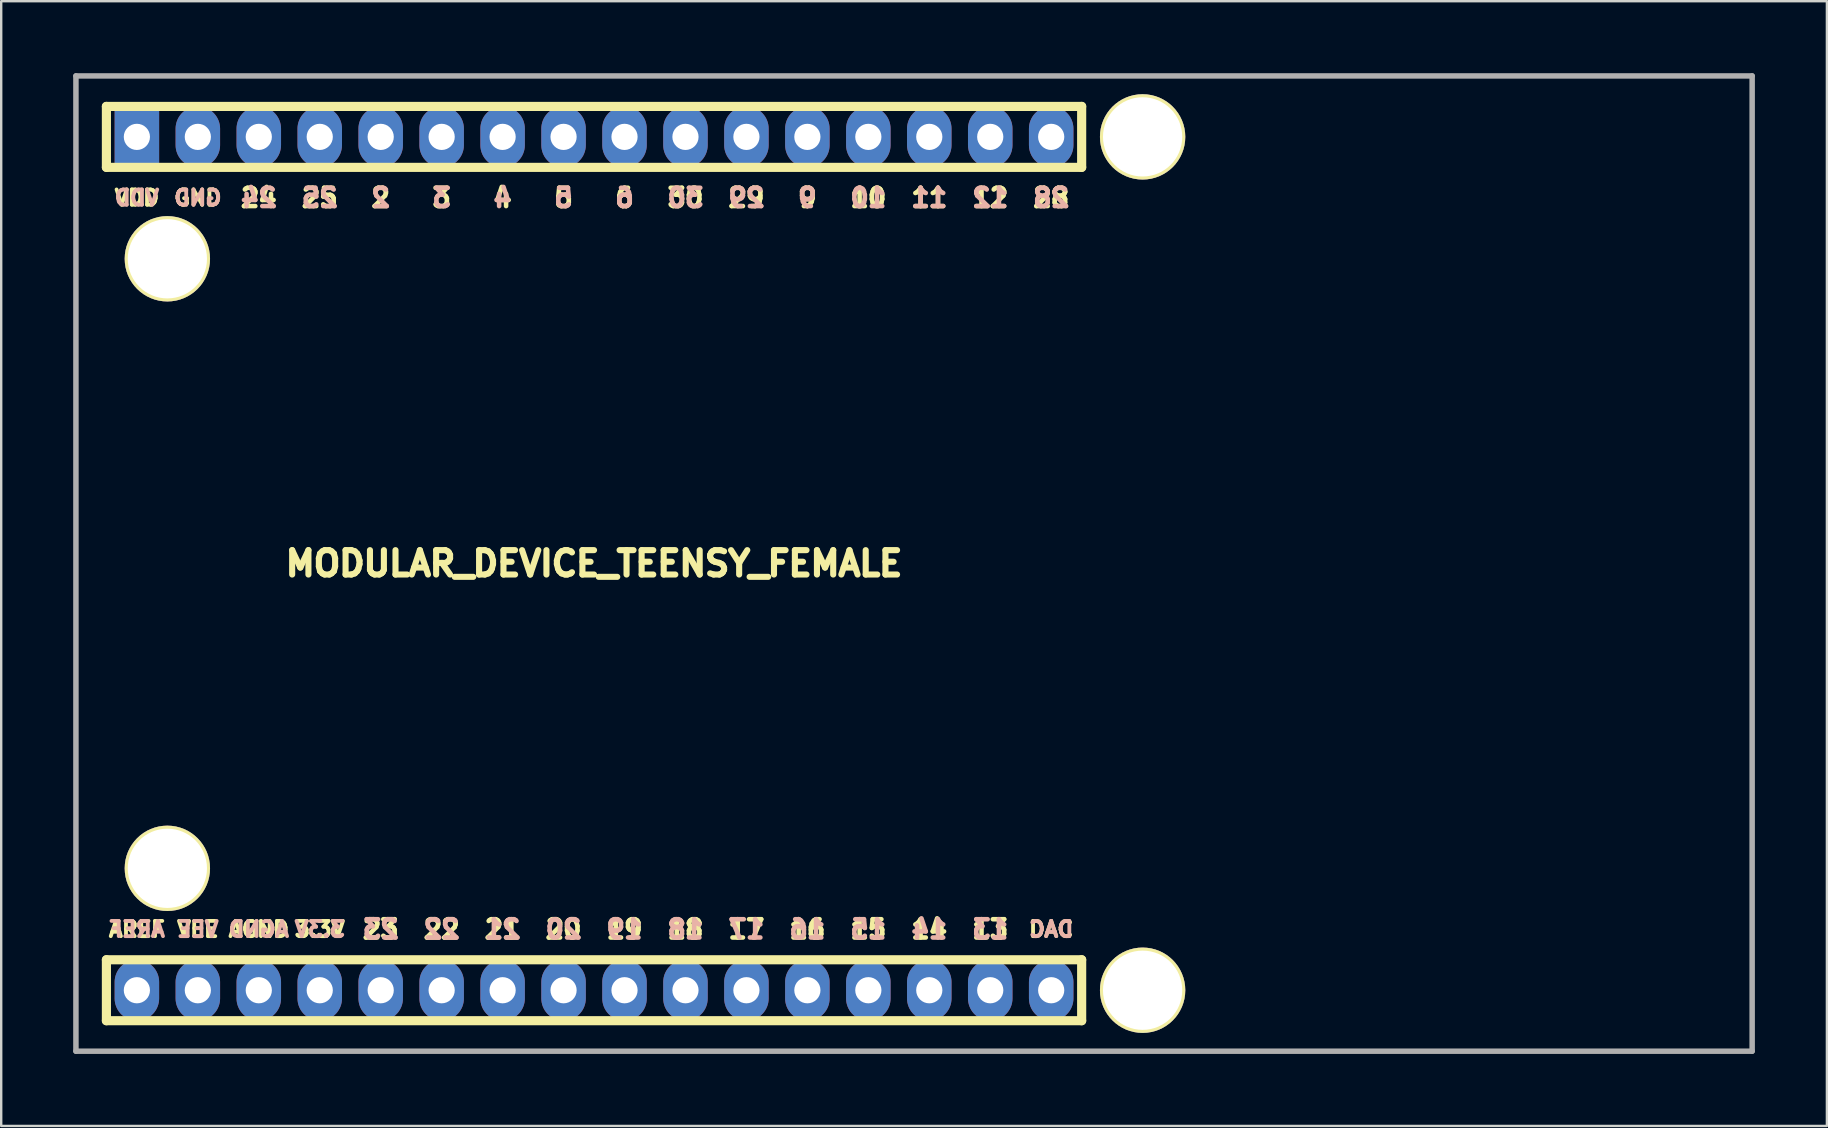
<source format=kicad_pcb>
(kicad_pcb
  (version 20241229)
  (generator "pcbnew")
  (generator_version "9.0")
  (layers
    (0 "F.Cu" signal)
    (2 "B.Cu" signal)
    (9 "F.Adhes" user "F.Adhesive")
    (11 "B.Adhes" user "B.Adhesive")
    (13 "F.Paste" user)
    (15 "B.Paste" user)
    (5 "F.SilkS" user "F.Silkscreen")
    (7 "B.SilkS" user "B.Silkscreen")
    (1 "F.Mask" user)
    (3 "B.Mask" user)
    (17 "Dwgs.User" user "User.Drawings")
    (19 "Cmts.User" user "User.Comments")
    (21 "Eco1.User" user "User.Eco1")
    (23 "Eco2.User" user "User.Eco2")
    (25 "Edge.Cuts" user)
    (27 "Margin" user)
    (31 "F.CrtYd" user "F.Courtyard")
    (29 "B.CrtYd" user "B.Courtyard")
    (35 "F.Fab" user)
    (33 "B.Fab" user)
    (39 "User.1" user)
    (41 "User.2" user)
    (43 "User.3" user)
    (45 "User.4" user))
  (footprint "MODULAR_DEVICE_TEENSY_FEMALE"
    (layer "F.Cu")
    (at 21.704 20.434)
    (property "Reference" "MODULAR_DEVICE_TEENSY_FEMALE" (at 0 0 0) (layer "F.SilkS") (effects (font (size 1.016 1.016) (thickness 0.254))))
    (attr through_hole)
    (fp_line (start -20.32 -19.05) (end -20.32 -16.51) (stroke (width 0.381) (type solid)) (layer "F.SilkS"))
    (fp_line (start -20.32 -16.51) (end 20.32 -16.51) (stroke (width 0.381) (type solid)) (layer "F.SilkS"))
    (fp_line (start -20.32 16.51) (end -20.32 19.05) (stroke (width 0.381) (type solid)) (layer "F.SilkS"))
    (fp_line (start -20.32 19.05) (end 20.32 19.05) (stroke (width 0.381) (type solid)) (layer "F.SilkS"))
    (fp_line (start 20.32 -19.05) (end -20.32 -19.05) (stroke (width 0.381) (type solid)) (layer "F.SilkS"))
    (fp_line (start 20.32 -16.51) (end 20.32 -19.05) (stroke (width 0.381) (type solid)) (layer "F.SilkS"))
    (fp_line (start 20.32 16.51) (end -20.32 16.51) (stroke (width 0.381) (type solid)) (layer "F.SilkS"))
    (fp_line (start 20.32 19.05) (end 20.32 16.51) (stroke (width 0.381) (type solid)) (layer "F.SilkS"))
    (fp_line (start -21.59 -20.32) (end -21.59 20.32) (stroke (width 0.229) (type solid)) (layer "F.Fab"))
    (fp_line (start -21.59 20.32) (end 48.26 20.32) (stroke (width 0.229) (type solid)) (layer "F.Fab"))
    (fp_line (start 48.26 -20.32) (end -21.59 -20.32) (stroke (width 0.229) (type solid)) (layer "F.Fab"))
    (fp_line (start 48.26 20.32) (end 48.26 -20.32) (stroke (width 0.229) (type solid)) (layer "F.Fab"))
    (fp_text user "VDD" (at -19.05 -15.24 0) (layer "F.SilkS") (effects (font (size 0.635 0.635) (thickness 0.159))))
    (fp_text user "DAC" (at 19.05 15.24 0) (layer "F.SilkS") (effects (font (size 0.635 0.635) (thickness 0.159))))
    (fp_text user "10" (at 11.43 -15.24 0) (layer "F.SilkS") (effects (font (size 0.762 0.762) (thickness 0.191))))
    (fp_text user "4" (at -3.81 -15.24 0) (layer "F.SilkS") (effects (font (size 0.762 0.762) (thickness 0.191))))
    (fp_text user "9" (at 8.89 -15.24 0) (layer "F.SilkS") (effects (font (size 0.762 0.762) (thickness 0.191))))
    (fp_text user "20" (at -1.27 15.24 0) (layer "F.SilkS") (effects (font (size 0.762 0.762) (thickness 0.191))))
    (fp_text user "AREF" (at -19.05 15.24 0) (layer "F.SilkS") (effects (font (size 0.635 0.635) (thickness 0.159))))
    (fp_text user "11" (at 13.97 -15.24 0) (layer "F.SilkS") (effects (font (size 0.762 0.762) (thickness 0.191))))
    (fp_text user "29" (at 6.35 -15.24 0) (layer "F.SilkS") (effects (font (size 0.762 0.762) (thickness 0.191))))
    (fp_text user "18" (at 3.81 15.24 0) (layer "F.SilkS") (effects (font (size 0.762 0.762) (thickness 0.191))))
    (fp_text user "5" (at -1.27 -15.24 0) (layer "F.SilkS") (effects (font (size 0.762 0.762) (thickness 0.191))))
    (fp_text user "19" (at 1.27 15.24 0) (layer "F.SilkS") (effects (font (size 0.762 0.762) (thickness 0.191))))
    (fp_text user "GND" (at -16.51 -15.24 0) (layer "F.SilkS") (effects (font (size 0.635 0.635) (thickness 0.159))))
    (fp_text user "AGND" (at -13.97 15.24 0) (layer "F.SilkS") (effects (font (size 0.635 0.635) (thickness 0.159))))
    (fp_text user "2" (at -8.89 -15.24 0) (layer "F.SilkS") (effects (font (size 0.762 0.762) (thickness 0.191))))
    (fp_text user "6" (at 1.27 -15.24 0) (layer "F.SilkS") (effects (font (size 0.762 0.762) (thickness 0.191))))
    (fp_text user "3" (at -6.35 -15.24 0) (layer "F.SilkS") (effects (font (size 0.762 0.762) (thickness 0.191))))
    (fp_text user "28" (at 19.05 -15.24 0) (layer "F.SilkS") (effects (font (size 0.762 0.762) (thickness 0.191))))
    (fp_text user "22" (at -6.35 15.24 0) (layer "F.SilkS") (effects (font (size 0.762 0.762) (thickness 0.191))))
    (fp_text user "16" (at 8.89 15.24 0) (layer "F.SilkS") (effects (font (size 0.762 0.762) (thickness 0.191))))
    (fp_text user "VEE" (at -16.51 15.24 0) (layer "F.SilkS") (effects (font (size 0.635 0.635) (thickness 0.159))))
    (fp_text user "13" (at 16.51 15.24 0) (layer "F.SilkS") (effects (font (size 0.762 0.762) (thickness 0.191))))
    (fp_text user "25" (at -11.43 -15.24 0) (layer "F.SilkS") (effects (font (size 0.762 0.762) (thickness 0.191))))
    (fp_text user "30" (at 3.81 -15.24 0) (layer "F.SilkS") (effects (font (size 0.762 0.762) (thickness 0.191))))
    (fp_text user "15" (at 11.43 15.24 0) (layer "F.SilkS") (effects (font (size 0.762 0.762) (thickness 0.191))))
    (fp_text user "24" (at -13.97 -15.24 0) (layer "F.SilkS") (effects (font (size 0.762 0.762) (thickness 0.191))))
    (fp_text user "3.3V" (at -11.43 15.24 0) (layer "F.SilkS") (effects (font (size 0.635 0.635) (thickness 0.159))))
    (fp_text user "23" (at -8.89 15.24 0) (layer "F.SilkS") (effects (font (size 0.762 0.762) (thickness 0.191))))
    (fp_text user "12" (at 16.51 -15.24 0) (layer "F.SilkS") (effects (font (size 0.762 0.762) (thickness 0.191))))
    (fp_text user "14" (at 13.97 15.24 0) (layer "F.SilkS") (effects (font (size 0.762 0.762) (thickness 0.191))))
    (fp_text user "17" (at 6.35 15.24 0) (layer "F.SilkS") (effects (font (size 0.762 0.762) (thickness 0.191))))
    (fp_text user "21" (at -3.81 15.24 0) (layer "F.SilkS") (effects (font (size 0.762 0.762) (thickness 0.191))))
    (fp_text user "3" (at -6.35 -15.24 0) (layer "B.SilkS") (effects (font (size 0.762 0.762) (thickness 0.191)) (justify mirror)))
    (fp_text user "14" (at 13.97 15.24 0) (layer "B.SilkS") (effects (font (size 0.762 0.762) (thickness 0.191)) (justify mirror)))
    (fp_text user "DAC" (at 19.05 15.24 0) (layer "B.SilkS") (effects (font (size 0.635 0.635) (thickness 0.159)) (justify mirror)))
    (fp_text user "12" (at 16.51 -15.24 0) (layer "B.SilkS") (effects (font (size 0.762 0.762) (thickness 0.191)) (justify mirror)))
    (fp_text user "20" (at -1.27 15.24 0) (layer "B.SilkS") (effects (font (size 0.762 0.762) (thickness 0.191)) (justify mirror)))
    (fp_text user "6" (at 1.27 -15.24 0) (layer "B.SilkS") (effects (font (size 0.762 0.762) (thickness 0.191)) (justify mirror)))
    (fp_text user "19" (at 1.27 15.24 0) (layer "B.SilkS") (effects (font (size 0.762 0.762) (thickness 0.191)) (justify mirror)))
    (fp_text user "30" (at 3.81 -15.24 0) (layer "B.SilkS") (effects (font (size 0.762 0.762) (thickness 0.191)) (justify mirror)))
    (fp_text user "16" (at 8.89 15.24 0) (layer "B.SilkS") (effects (font (size 0.762 0.762) (thickness 0.191)) (justify mirror)))
    (fp_text user "11" (at 13.97 -15.24 0) (layer "B.SilkS") (effects (font (size 0.762 0.762) (thickness 0.191)) (justify mirror)))
    (fp_text user "22" (at -6.35 15.24 0) (layer "B.SilkS") (effects (font (size 0.762 0.762) (thickness 0.191)) (justify mirror)))
    (fp_text user "GND" (at -16.51 -15.24 0) (layer "B.SilkS") (effects (font (size 0.635 0.635) (thickness 0.159)) (justify mirror)))
    (fp_text user "23" (at -8.89 15.24 0) (layer "B.SilkS") (effects (font (size 0.762 0.762) (thickness 0.191)) (justify mirror)))
    (fp_text user "VDD" (at -19.05 -15.24 0) (layer "B.SilkS") (effects (font (size 0.635 0.635) (thickness 0.159)) (justify mirror)))
    (fp_text user "VEE" (at -16.51 15.24 0) (layer "B.SilkS") (effects (font (size 0.635 0.635) (thickness 0.159)) (justify mirror)))
    (fp_text user "2" (at -8.89 -15.24 0) (layer "B.SilkS") (effects (font (size 0.762 0.762) (thickness 0.191)) (justify mirror)))
    (fp_text user "13" (at 16.51 15.24 0) (layer "B.SilkS") (effects (font (size 0.762 0.762) (thickness 0.191)) (justify mirror)))
    (fp_text user "15" (at 11.43 15.24 0) (layer "B.SilkS") (effects (font (size 0.762 0.762) (thickness 0.191)) (justify mirror)))
    (fp_text user "17" (at 6.35 15.24 0) (layer "B.SilkS") (effects (font (size 0.762 0.762) (thickness 0.191)) (justify mirror)))
    (fp_text user "29" (at 6.35 -15.24 0) (layer "B.SilkS") (effects (font (size 0.762 0.762) (thickness 0.191)) (justify mirror)))
    (fp_text user "3.3V" (at -11.43 15.24 0) (layer "B.SilkS") (effects (font (size 0.635 0.635) (thickness 0.159)) (justify mirror)))
    (fp_text user "5" (at -1.27 -15.24 0) (layer "B.SilkS") (effects (font (size 0.762 0.762) (thickness 0.191)) (justify mirror)))
    (fp_text user "25" (at -11.43 -15.24 0) (layer "B.SilkS") (effects (font (size 0.762 0.762) (thickness 0.191)) (justify mirror)))
    (fp_text user "10" (at 11.43 -15.24 0) (layer "B.SilkS") (effects (font (size 0.762 0.762) (thickness 0.191)) (justify mirror)))
    (fp_text user "4" (at -3.81 -15.24 0) (layer "B.SilkS") (effects (font (size 0.762 0.762) (thickness 0.191)) (justify mirror)))
    (fp_text user "24" (at -13.97 -15.24 0) (layer "B.SilkS") (effects (font (size 0.762 0.762) (thickness 0.191)) (justify mirror)))
    (fp_text user "9" (at 8.89 -15.24 0) (layer "B.SilkS") (effects (font (size 0.762 0.762) (thickness 0.191)) (justify mirror)))
    (fp_text user "AREF" (at -19.05 15.24 0) (layer "B.SilkS") (effects (font (size 0.635 0.635) (thickness 0.159)) (justify mirror)))
    (fp_text user "18" (at 3.81 15.24 0) (layer "B.SilkS") (effects (font (size 0.762 0.762) (thickness 0.191)) (justify mirror)))
    (fp_text user "28" (at 19.05 -15.24 0) (layer "B.SilkS") (effects (font (size 0.762 0.762) (thickness 0.191)) (justify mirror)))
    (fp_text user "21" (at -3.81 15.24 0) (layer "B.SilkS") (effects (font (size 0.762 0.762) (thickness 0.191)) (justify mirror)))
    (fp_text user "AGND" (at -13.97 15.24 0) (layer "B.SilkS") (effects (font (size 0.635 0.635) (thickness 0.159)) (justify mirror)))
    (pad "" thru_hole circle (at -17.78 -12.7) (size 3.556 3.556) (drill 3.302) (layers "*.Cu" "*.Mask" "F.SilkS"))
    (pad "" thru_hole circle (at -17.78 12.7) (size 3.556 3.556) (drill 3.302) (layers "*.Cu" "*.Mask" "F.SilkS"))
    (pad "" thru_hole circle (at 22.86 -17.78) (size 3.556 3.556) (drill 3.302) (layers "*.Cu" "*.Mask" "F.SilkS"))
    (pad "" thru_hole circle (at 22.86 17.78) (size 3.556 3.556) (drill 3.302) (layers "*.Cu" "*.Mask" "F.SilkS"))
    (pad "2" thru_hole oval (at -8.89 -17.78) (size 1.854 2.54) (drill 1.092) (layers "*.Cu" "*.Mask"))
    (pad "3" thru_hole oval (at -6.35 -17.78) (size 1.854 2.54) (drill 1.092) (layers "*.Cu" "*.Mask"))
    (pad "3V3" thru_hole oval (at -11.43 17.78) (size 1.854 2.54) (drill 1.092) (layers "*.Cu" "*.Mask"))
    (pad "4" thru_hole oval (at -3.81 -17.78) (size 1.854 2.54) (drill 1.092) (layers "*.Cu" "*.Mask"))
    (pad "5" thru_hole oval (at -1.27 -17.78) (size 1.854 2.54) (drill 1.092) (layers "*.Cu" "*.Mask"))
    (pad "6" thru_hole oval (at 1.27 -17.78) (size 1.854 2.54) (drill 1.092) (layers "*.Cu" "*.Mask"))
    (pad "9" thru_hole oval (at 8.89 -17.78) (size 1.854 2.54) (drill 1.092) (layers "*.Cu" "*.Mask"))
    (pad "10" thru_hole oval (at 11.43 -17.78) (size 1.854 2.54) (drill 1.092) (layers "*.Cu" "*.Mask"))
    (pad "11" thru_hole oval (at 13.97 -17.78) (size 1.854 2.54) (drill 1.092) (layers "*.Cu" "*.Mask"))
    (pad "12" thru_hole oval (at 16.51 -17.78) (size 1.854 2.54) (drill 1.092) (layers "*.Cu" "*.Mask"))
    (pad "13" thru_hole oval (at 16.51 17.78) (size 1.854 2.54) (drill 1.092) (layers "*.Cu" "*.Mask"))
    (pad "14" thru_hole oval (at 13.97 17.78) (size 1.854 2.54) (drill 1.092) (layers "*.Cu" "*.Mask"))
    (pad "15" thru_hole oval (at 11.43 17.78) (size 1.854 2.54) (drill 1.092) (layers "*.Cu" "*.Mask"))
    (pad "16" thru_hole oval (at 8.89 17.78) (size 1.854 2.54) (drill 1.092) (layers "*.Cu" "*.Mask"))
    (pad "17" thru_hole oval (at 6.35 17.78) (size 1.854 2.54) (drill 1.092) (layers "*.Cu" "*.Mask"))
    (pad "18" thru_hole oval (at 3.81 17.78) (size 1.854 2.54) (drill 1.092) (layers "*.Cu" "*.Mask"))
    (pad "19" thru_hole oval (at 1.27 17.78) (size 1.854 2.54) (drill 1.092) (layers "*.Cu" "*.Mask"))
    (pad "20" thru_hole oval (at -1.27 17.78) (size 1.854 2.54) (drill 1.092) (layers "*.Cu" "*.Mask"))
    (pad "21" thru_hole oval (at -3.81 17.78) (size 1.854 2.54) (drill 1.092) (layers "*.Cu" "*.Mask"))
    (pad "22" thru_hole oval (at -6.35 17.78) (size 1.854 2.54) (drill 1.092) (layers "*.Cu" "*.Mask"))
    (pad "23" thru_hole oval (at -8.89 17.78) (size 1.854 2.54) (drill 1.092) (layers "*.Cu" "*.Mask"))
    (pad "24" thru_hole oval (at -13.97 -17.78) (size 1.854 2.54) (drill 1.092) (layers "*.Cu" "*.Mask"))
    (pad "25" thru_hole oval (at -11.43 -17.78) (size 1.854 2.54) (drill 1.092) (layers "*.Cu" "*.Mask"))
    (pad "28" thru_hole oval (at 19.05 -17.78) (size 1.854 2.54) (drill 1.092) (layers "*.Cu" "*.Mask"))
    (pad "29" thru_hole oval (at 6.35 -17.78) (size 1.854 2.54) (drill 1.092) (layers "*.Cu" "*.Mask"))
    (pad "30" thru_hole oval (at 3.81 -17.78) (size 1.854 2.54) (drill 1.092) (layers "*.Cu" "*.Mask"))
    (pad "AGND" thru_hole oval (at -13.97 17.78) (size 1.854 2.54) (drill 1.092) (layers "*.Cu" "*.Mask"))
    (pad "AREF" thru_hole oval (at -19.05 17.78) (size 1.854 2.54) (drill 1.092) (layers "*.Cu" "*.Mask"))
    (pad "DAC" thru_hole oval (at 19.05 17.78) (size 1.854 2.54) (drill 1.092) (layers "*.Cu" "*.Mask"))
    (pad "GND" thru_hole oval (at -16.51 -17.78) (size 1.854 2.54) (drill 1.092) (layers "*.Cu" "*.Mask"))
    (pad "VDD" thru_hole rect (at -19.05 -17.78) (size 1.854 2.54) (drill 1.092) (layers "*.Cu" "*.Mask"))
    (pad "VEE" thru_hole oval (at -16.51 17.78) (size 1.854 2.54) (drill 1.092) (layers "*.Cu" "*.Mask")))
  (gr_rect
    (start -3 -3)
    (end 73.079 43.869)
    (stroke (width 0.1) (type default))
    (fill no)
    (layer "Edge.Cuts")))
</source>
